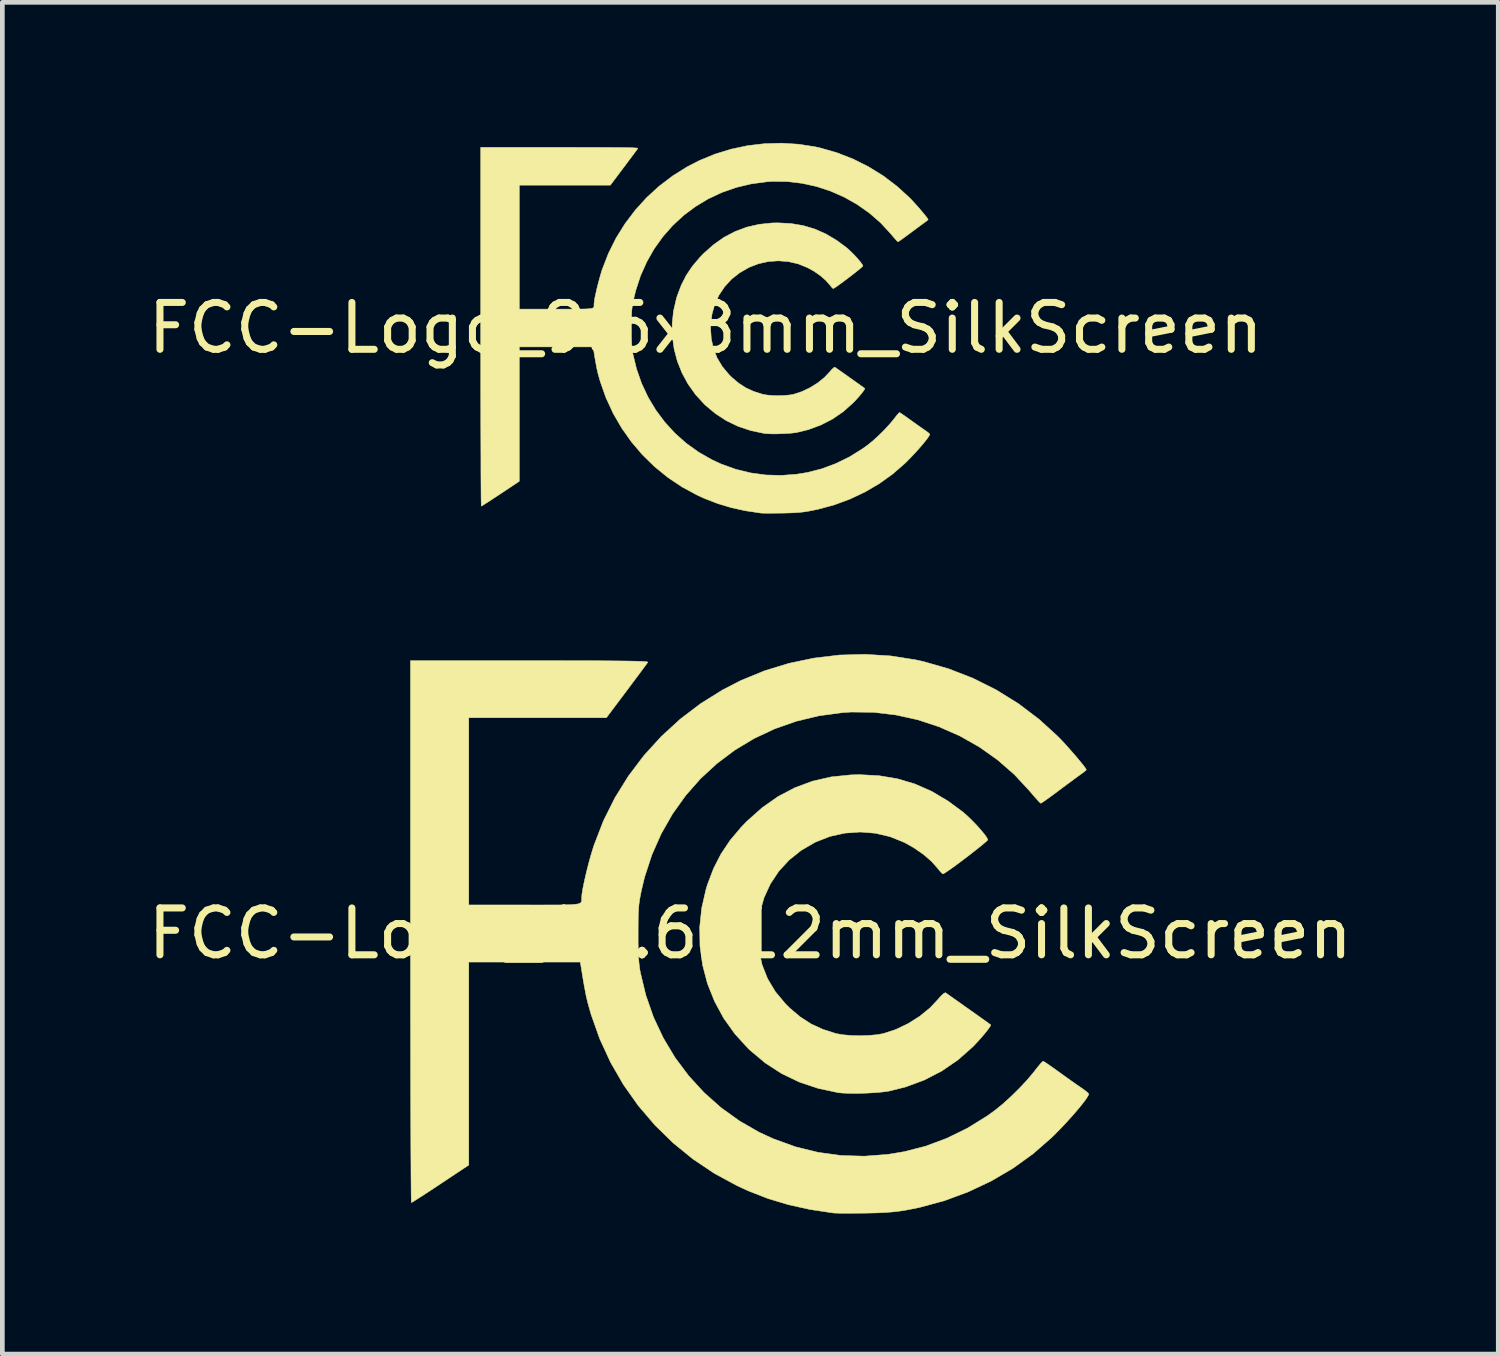
<source format=kicad_pcb>
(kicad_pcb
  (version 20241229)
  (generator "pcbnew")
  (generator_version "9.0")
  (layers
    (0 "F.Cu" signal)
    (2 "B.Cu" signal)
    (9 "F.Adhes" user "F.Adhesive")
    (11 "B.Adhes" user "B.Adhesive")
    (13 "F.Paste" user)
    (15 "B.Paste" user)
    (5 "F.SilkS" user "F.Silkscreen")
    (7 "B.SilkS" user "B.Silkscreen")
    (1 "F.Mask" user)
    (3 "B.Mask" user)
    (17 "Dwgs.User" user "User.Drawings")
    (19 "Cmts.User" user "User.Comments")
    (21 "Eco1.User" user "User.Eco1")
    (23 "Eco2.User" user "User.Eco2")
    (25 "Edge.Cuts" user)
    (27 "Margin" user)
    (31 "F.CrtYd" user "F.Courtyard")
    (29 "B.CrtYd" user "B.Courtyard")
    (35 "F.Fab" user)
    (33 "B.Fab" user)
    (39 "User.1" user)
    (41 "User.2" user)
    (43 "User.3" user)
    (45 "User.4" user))
  (footprint "FCC-Logo_9.6x8mm_SilkScreen"
    (layer "F.Cu")
    (at 12.006 3.948)
    (property "Reference" "FCC-Logo_9.6x8mm_SilkScreen" (at 0 0 0) (layer "F.SilkS") (effects (font (size 1 1) (thickness 0.15))))
    (attr exclude_from_pos_files exclude_from_bom)
    (fp_poly (pts (xy 1.817 -2.229) (xy 2.077 -2.186) (xy 2.324 -2.113) (xy 2.562 -2.008) (xy 2.794 -1.87) (xy 2.999 -1.719) (xy 3.061 -1.665) (xy 3.128 -1.601) (xy 3.194 -1.533) (xy 3.255 -1.465) (xy 3.305 -1.405) (xy 3.34 -1.356) (xy 3.354 -1.326) (xy 3.355 -1.324) (xy 3.341 -1.308) (xy 3.304 -1.275) (xy 3.249 -1.229) (xy 3.18 -1.174) (xy 3.102 -1.114) (xy 3.02 -1.051) (xy 2.939 -0.991) (xy 2.865 -0.936) (xy 2.801 -0.89) (xy 2.752 -0.858) (xy 2.725 -0.842) (xy 2.721 -0.841) (xy 2.703 -0.854) (xy 2.673 -0.888) (xy 2.654 -0.913) (xy 2.564 -1.015) (xy 2.447 -1.117) (xy 2.31 -1.212) (xy 2.179 -1.285) (xy 1.978 -1.367) (xy 1.768 -1.416) (xy 1.553 -1.433) (xy 1.337 -1.418) (xy 1.126 -1.371) (xy 0.922 -1.292) (xy 0.921 -1.291) (xy 0.722 -1.176) (xy 0.549 -1.039) (xy 0.403 -0.879) (xy 0.284 -0.701) (xy 0.194 -0.505) (xy 0.135 -0.295) (xy 0.107 -0.071) (xy 0.105 0.005) (xy 0.12 0.232) (xy 0.167 0.443) (xy 0.245 0.64) (xy 0.355 0.823) (xy 0.498 0.995) (xy 0.557 1.053) (xy 0.705 1.178) (xy 0.858 1.277) (xy 1.026 1.354) (xy 1.211 1.413) (xy 1.304 1.43) (xy 1.42 1.441) (xy 1.547 1.444) (xy 1.675 1.44) (xy 1.793 1.429) (xy 1.881 1.413) (xy 2.056 1.356) (xy 2.229 1.273) (xy 2.393 1.17) (xy 2.538 1.052) (xy 2.647 0.936) (xy 2.696 0.88) (xy 2.734 0.846) (xy 2.757 0.836) (xy 2.758 0.837) (xy 2.776 0.849) (xy 2.817 0.879) (xy 2.877 0.921) (xy 2.95 0.972) (xy 3.03 1.029) (xy 3.114 1.089) (xy 3.196 1.147) (xy 3.27 1.199) (xy 3.331 1.243) (xy 3.375 1.274) (xy 3.396 1.29) (xy 3.396 1.29) (xy 3.391 1.307) (xy 3.367 1.343) (xy 3.327 1.395) (xy 3.277 1.455) (xy 3.22 1.519) (xy 3.162 1.581) (xy 3.142 1.601) (xy 2.934 1.786) (xy 2.705 1.943) (xy 2.457 2.07) (xy 2.194 2.168) (xy 1.958 2.226) (xy 1.873 2.239) (xy 1.765 2.249) (xy 1.645 2.255) (xy 1.522 2.259) (xy 1.405 2.259) (xy 1.306 2.255) (xy 1.244 2.248) (xy 0.959 2.188) (xy 0.693 2.099) (xy 0.444 1.979) (xy 0.212 1.829) (xy -0.005 1.648) (xy -0.029 1.625) (xy -0.217 1.419) (xy -0.376 1.196) (xy -0.505 0.958) (xy -0.605 0.707) (xy -0.673 0.447) (xy -0.71 0.18) (xy -0.715 -0.09) (xy -0.686 -0.361) (xy -0.624 -0.631) (xy -0.605 -0.691) (xy -0.519 -0.917) (xy -0.414 -1.123) (xy -0.286 -1.314) (xy -0.13 -1.499) (xy -0.046 -1.587) (xy 0.168 -1.777) (xy 0.392 -1.935) (xy 0.629 -2.059) (xy 0.878 -2.152) (xy 1.142 -2.212) (xy 1.42 -2.241) (xy 1.542 -2.243) (xy 1.817 -2.229)) (stroke (width 0.01) (type solid)) (fill yes) (layer "F.SilkS"))
    (fp_poly (pts (xy 1.982 -3.921) (xy 2.336 -3.866) (xy 2.444 -3.842) (xy 2.8 -3.74) (xy 3.144 -3.606) (xy 3.474 -3.441) (xy 3.787 -3.247) (xy 4.08 -3.025) (xy 4.344 -2.785) (xy 4.4 -2.727) (xy 4.463 -2.658) (xy 4.529 -2.585) (xy 4.593 -2.511) (xy 4.651 -2.442) (xy 4.699 -2.383) (xy 4.732 -2.339) (xy 4.746 -2.314) (xy 4.747 -2.312) (xy 4.733 -2.298) (xy 4.7 -2.272) (xy 4.672 -2.252) (xy 4.633 -2.224) (xy 4.573 -2.18) (xy 4.497 -2.124) (xy 4.414 -2.062) (xy 4.358 -2.02) (xy 4.278 -1.961) (xy 4.208 -1.91) (xy 4.152 -1.87) (xy 4.116 -1.846) (xy 4.104 -1.839) (xy 4.088 -1.852) (xy 4.055 -1.887) (xy 4.009 -1.939) (xy 3.955 -2.003) (xy 3.944 -2.016) (xy 3.73 -2.247) (xy 3.492 -2.454) (xy 3.233 -2.636) (xy 2.957 -2.792) (xy 2.667 -2.92) (xy 2.366 -3.019) (xy 2.056 -3.087) (xy 1.743 -3.124) (xy 1.427 -3.128) (xy 1.304 -3.12) (xy 0.971 -3.075) (xy 0.65 -2.998) (xy 0.344 -2.891) (xy 0.054 -2.755) (xy -0.218 -2.591) (xy -0.471 -2.402) (xy -0.703 -2.187) (xy -0.912 -1.95) (xy -1.098 -1.691) (xy -1.257 -1.411) (xy -1.39 -1.113) (xy -1.493 -0.797) (xy -1.537 -0.614) (xy -1.553 -0.537) (xy -1.565 -0.47) (xy -1.573 -0.405) (xy -1.579 -0.335) (xy -1.582 -0.252) (xy -1.584 -0.15) (xy -1.585 -0.021) (xy -1.585 -0.009) (xy -1.584 0.136) (xy -1.582 0.253) (xy -1.578 0.349) (xy -1.571 0.43) (xy -1.561 0.504) (xy -1.553 0.552) (xy -1.475 0.874) (xy -1.367 1.182) (xy -1.229 1.476) (xy -1.063 1.753) (xy -0.871 2.01) (xy -0.654 2.247) (xy -0.414 2.46) (xy -0.152 2.648) (xy 0.129 2.809) (xy 0.327 2.901) (xy 0.64 3.014) (xy 0.96 3.092) (xy 1.285 3.136) (xy 1.613 3.145) (xy 1.944 3.12) (xy 2.175 3.082) (xy 2.479 3.004) (xy 2.778 2.892) (xy 3.069 2.75) (xy 3.345 2.578) (xy 3.457 2.498) (xy 3.565 2.41) (xy 3.683 2.303) (xy 3.801 2.187) (xy 3.91 2.07) (xy 4.002 1.962) (xy 4.021 1.937) (xy 4.066 1.879) (xy 4.103 1.835) (xy 4.129 1.808) (xy 4.136 1.804) (xy 4.155 1.814) (xy 4.196 1.841) (xy 4.254 1.881) (xy 4.324 1.931) (xy 4.349 1.949) (xy 4.434 2.01) (xy 4.521 2.072) (xy 4.6 2.128) (xy 4.661 2.17) (xy 4.664 2.172) (xy 4.719 2.211) (xy 4.76 2.243) (xy 4.78 2.264) (xy 4.782 2.267) (xy 4.77 2.296) (xy 4.738 2.345) (xy 4.687 2.412) (xy 4.622 2.491) (xy 4.546 2.579) (xy 4.463 2.671) (xy 4.375 2.764) (xy 4.286 2.854) (xy 4.255 2.885) (xy 3.993 3.113) (xy 3.708 3.318) (xy 3.401 3.498) (xy 3.077 3.651) (xy 2.738 3.776) (xy 2.388 3.87) (xy 2.207 3.906) (xy 2.112 3.922) (xy 2.017 3.933) (xy 1.913 3.941) (xy 1.792 3.946) (xy 1.646 3.95) (xy 1.612 3.95) (xy 1.496 3.951) (xy 1.389 3.952) (xy 1.297 3.952) (xy 1.225 3.951) (xy 1.181 3.949) (xy 1.174 3.948) (xy 0.845 3.899) (xy 0.541 3.832) (xy 0.251 3.744) (xy -0.03 3.635) (xy -0.184 3.564) (xy -0.506 3.39) (xy -0.808 3.188) (xy -1.089 2.959) (xy -1.348 2.706) (xy -1.583 2.43) (xy -1.792 2.134) (xy -1.974 1.82) (xy -2.127 1.489) (xy -2.249 1.143) (xy -2.295 0.981) (xy -2.307 0.929) (xy -2.32 0.874) (xy -2.332 0.812) (xy -2.346 0.735) (xy -2.363 0.639) (xy -2.383 0.516) (xy -2.392 0.46) (xy -2.401 0.403) (xy -3.976 0.403) (xy -3.976 3.27) (xy -4.375 3.536) (xy -4.48 3.605) (xy -4.576 3.668) (xy -4.658 3.722) (xy -4.724 3.763) (xy -4.768 3.791) (xy -4.787 3.801) (xy -4.787 3.801) (xy -4.788 3.784) (xy -4.789 3.733) (xy -4.791 3.651) (xy -4.792 3.538) (xy -4.793 3.396) (xy -4.794 3.228) (xy -4.795 3.034) (xy -4.795 2.816) (xy -4.796 2.575) (xy -4.797 2.314) (xy -4.798 2.034) (xy -4.798 1.736) (xy -4.799 1.422) (xy -4.799 1.093) (xy -4.799 0.752) (xy -4.8 0.4) (xy -4.8 0.038) (xy -4.8 -0.026) (xy -4.8 -3.854) (xy -3.117 -3.854) (xy -2.827 -3.854) (xy -2.571 -3.853) (xy -2.346 -3.853) (xy -2.15 -3.852) (xy -1.983 -3.851) (xy -1.842 -3.85) (xy -1.726 -3.849) (xy -1.633 -3.847) (xy -1.561 -3.845) (xy -1.508 -3.842) (xy -1.472 -3.839) (xy -1.453 -3.836) (xy -1.447 -3.832) (xy -1.448 -3.832) (xy -1.461 -3.813) (xy -1.493 -3.769) (xy -1.54 -3.705) (xy -1.6 -3.625) (xy -1.669 -3.533) (xy -1.745 -3.431) (xy -1.747 -3.429) (xy -2.033 -3.048) (xy -3.976 -3.048) (xy -3.976 -0.403) (xy -3.19 -0.403) (xy -3.001 -0.403) (xy -2.843 -0.403) (xy -2.715 -0.403) (xy -2.613 -0.405) (xy -2.534 -0.407) (xy -2.476 -0.412) (xy -2.434 -0.418) (xy -2.407 -0.426) (xy -2.391 -0.437) (xy -2.384 -0.452) (xy -2.382 -0.469) (xy -2.382 -0.491) (xy -2.382 -0.503) (xy -2.377 -0.56) (xy -2.364 -0.643) (xy -2.342 -0.745) (xy -2.316 -0.861) (xy -2.285 -0.982) (xy -2.252 -1.101) (xy -2.219 -1.213) (xy -2.207 -1.25) (xy -2.075 -1.59) (xy -1.913 -1.916) (xy -1.721 -2.224) (xy -1.503 -2.513) (xy -1.259 -2.782) (xy -0.991 -3.027) (xy -0.701 -3.247) (xy -0.391 -3.441) (xy -0.134 -3.573) (xy 0.199 -3.71) (xy 0.545 -3.816) (xy 0.9 -3.891) (xy 1.26 -3.933) (xy 1.622 -3.943) (xy 1.982 -3.921)) (stroke (width 0.01) (type solid)) (fill yes) (layer "F.SilkS")))
  (footprint "FCC-Logo_14.6x12mm_SilkScreen"
    (layer "F.Cu")
    (at 12.958 16.867)
    (property "Reference" "FCC-Logo_14.6x12mm_SilkScreen" (at 0 0 0) (layer "F.SilkS") (effects (font (size 1 1) (thickness 0.15))))
    (attr exclude_from_pos_files exclude_from_bom)
    (fp_poly (pts (xy 2.745 -3.367) (xy 3.137 -3.302) (xy 3.511 -3.191) (xy 3.87 -3.033) (xy 4.22 -2.825) (xy 4.529 -2.597) (xy 4.624 -2.515) (xy 4.725 -2.418) (xy 4.825 -2.315) (xy 4.916 -2.213) (xy 4.992 -2.122) (xy 5.045 -2.049) (xy 5.067 -2.002) (xy 5.067 -1.999) (xy 5.047 -1.975) (xy 4.991 -1.926) (xy 4.907 -1.857) (xy 4.803 -1.774) (xy 4.685 -1.682) (xy 4.562 -1.588) (xy 4.44 -1.496) (xy 4.327 -1.413) (xy 4.23 -1.345) (xy 4.157 -1.296) (xy 4.116 -1.272) (xy 4.111 -1.271) (xy 4.083 -1.291) (xy 4.038 -1.341) (xy 4.008 -1.379) (xy 3.872 -1.534) (xy 3.695 -1.687) (xy 3.489 -1.83) (xy 3.291 -1.941) (xy 2.988 -2.064) (xy 2.671 -2.139) (xy 2.346 -2.165) (xy 2.02 -2.142) (xy 1.7 -2.071) (xy 1.393 -1.951) (xy 1.39 -1.95) (xy 1.091 -1.777) (xy 0.83 -1.569) (xy 0.608 -1.328) (xy 0.429 -1.058) (xy 0.293 -0.763) (xy 0.203 -0.445) (xy 0.162 -0.107) (xy 0.159 0.008) (xy 0.182 0.351) (xy 0.252 0.669) (xy 0.37 0.966) (xy 0.536 1.243) (xy 0.752 1.502) (xy 0.841 1.59) (xy 1.064 1.779) (xy 1.296 1.929) (xy 1.55 2.046) (xy 1.829 2.135) (xy 1.969 2.16) (xy 2.144 2.176) (xy 2.337 2.181) (xy 2.531 2.175) (xy 2.708 2.159) (xy 2.841 2.135) (xy 3.105 2.048) (xy 3.367 1.923) (xy 3.614 1.767) (xy 3.834 1.588) (xy 3.998 1.414) (xy 4.072 1.33) (xy 4.129 1.278) (xy 4.164 1.263) (xy 4.166 1.264) (xy 4.193 1.283) (xy 4.255 1.327) (xy 4.345 1.391) (xy 4.455 1.468) (xy 4.577 1.555) (xy 4.704 1.644) (xy 4.827 1.732) (xy 4.938 1.811) (xy 5.031 1.877) (xy 5.097 1.925) (xy 5.129 1.948) (xy 5.13 1.949) (xy 5.122 1.974) (xy 5.085 2.029) (xy 5.025 2.107) (xy 4.949 2.198) (xy 4.864 2.294) (xy 4.776 2.388) (xy 4.746 2.419) (xy 4.431 2.697) (xy 4.085 2.934) (xy 3.712 3.127) (xy 3.314 3.274) (xy 2.957 3.363) (xy 2.828 3.381) (xy 2.666 3.396) (xy 2.484 3.406) (xy 2.298 3.412) (xy 2.123 3.411) (xy 1.973 3.405) (xy 1.879 3.396) (xy 1.449 3.305) (xy 1.046 3.17) (xy 0.671 2.99) (xy 0.32 2.763) (xy -0.007 2.489) (xy -0.044 2.454) (xy -0.327 2.144) (xy -0.568 1.807) (xy -0.763 1.446) (xy -0.914 1.068) (xy -1.017 0.675) (xy -1.073 0.272) (xy -1.079 -0.136) (xy -1.036 -0.546) (xy -0.942 -0.953) (xy -0.914 -1.044) (xy -0.784 -1.386) (xy -0.626 -1.695) (xy -0.432 -1.985) (xy -0.197 -2.265) (xy -0.07 -2.396) (xy 0.253 -2.684) (xy 0.592 -2.922) (xy 0.95 -3.11) (xy 1.327 -3.25) (xy 1.724 -3.341) (xy 2.145 -3.384) (xy 2.328 -3.389) (xy 2.745 -3.367)) (stroke (width 0.01) (type solid)) (fill yes) (layer "F.SilkS"))
    (fp_poly (pts (xy 2.993 -5.923) (xy 3.528 -5.839) (xy 3.691 -5.803) (xy 4.229 -5.649) (xy 4.749 -5.447) (xy 5.247 -5.198) (xy 5.719 -4.905) (xy 6.162 -4.57) (xy 6.561 -4.206) (xy 6.646 -4.119) (xy 6.741 -4.015) (xy 6.84 -3.904) (xy 6.937 -3.793) (xy 7.024 -3.689) (xy 7.097 -3.6) (xy 7.147 -3.533) (xy 7.169 -3.496) (xy 7.17 -3.493) (xy 7.149 -3.471) (xy 7.098 -3.431) (xy 7.057 -3.401) (xy 6.998 -3.359) (xy 6.907 -3.292) (xy 6.793 -3.208) (xy 6.666 -3.114) (xy 6.582 -3.051) (xy 6.462 -2.961) (xy 6.356 -2.884) (xy 6.272 -2.825) (xy 6.217 -2.788) (xy 6.199 -2.778) (xy 6.175 -2.797) (xy 6.125 -2.85) (xy 6.055 -2.929) (xy 5.973 -3.025) (xy 5.957 -3.044) (xy 5.633 -3.393) (xy 5.274 -3.706) (xy 4.883 -3.982) (xy 4.467 -4.217) (xy 4.028 -4.41) (xy 3.573 -4.56) (xy 3.106 -4.663) (xy 2.632 -4.719) (xy 2.155 -4.725) (xy 1.97 -4.713) (xy 1.466 -4.645) (xy 0.982 -4.529) (xy 0.52 -4.367) (xy 0.082 -4.161) (xy -0.329 -3.914) (xy -0.711 -3.627) (xy -1.062 -3.304) (xy -1.378 -2.945) (xy -1.658 -2.553) (xy -1.899 -2.131) (xy -2.099 -1.68) (xy -2.255 -1.203) (xy -2.321 -0.928) (xy -2.345 -0.811) (xy -2.363 -0.709) (xy -2.376 -0.611) (xy -2.384 -0.505) (xy -2.39 -0.381) (xy -2.392 -0.227) (xy -2.393 -0.032) (xy -2.393 -0.013) (xy -2.393 0.206) (xy -2.389 0.383) (xy -2.383 0.527) (xy -2.372 0.65) (xy -2.358 0.762) (xy -2.345 0.833) (xy -2.228 1.319) (xy -2.065 1.786) (xy -1.856 2.229) (xy -1.606 2.647) (xy -1.315 3.036) (xy -0.987 3.394) (xy -0.625 3.716) (xy -0.23 4) (xy 0.195 4.244) (xy 0.494 4.381) (xy 0.967 4.552) (xy 1.45 4.67) (xy 1.94 4.737) (xy 2.436 4.751) (xy 2.937 4.713) (xy 3.285 4.655) (xy 3.744 4.537) (xy 4.196 4.368) (xy 4.635 4.153) (xy 5.053 3.894) (xy 5.221 3.773) (xy 5.385 3.64) (xy 5.562 3.479) (xy 5.741 3.303) (xy 5.906 3.127) (xy 6.044 2.964) (xy 6.073 2.925) (xy 6.141 2.839) (xy 6.198 2.771) (xy 6.236 2.732) (xy 6.247 2.725) (xy 6.275 2.74) (xy 6.338 2.781) (xy 6.426 2.842) (xy 6.532 2.917) (xy 6.568 2.943) (xy 6.697 3.036) (xy 6.828 3.13) (xy 6.947 3.214) (xy 7.04 3.278) (xy 7.045 3.281) (xy 7.127 3.339) (xy 7.189 3.388) (xy 7.221 3.42) (xy 7.222 3.424) (xy 7.205 3.468) (xy 7.156 3.543) (xy 7.08 3.643) (xy 6.982 3.762) (xy 6.867 3.895) (xy 6.741 4.034) (xy 6.608 4.175) (xy 6.474 4.31) (xy 6.426 4.357) (xy 6.031 4.702) (xy 5.6 5.012) (xy 5.137 5.283) (xy 4.647 5.514) (xy 4.136 5.703) (xy 3.606 5.846) (xy 3.334 5.9) (xy 3.19 5.923) (xy 3.046 5.94) (xy 2.889 5.952) (xy 2.707 5.961) (xy 2.487 5.966) (xy 2.434 5.967) (xy 2.26 5.968) (xy 2.098 5.969) (xy 1.959 5.969) (xy 1.851 5.967) (xy 1.783 5.964) (xy 1.773 5.963) (xy 1.277 5.889) (xy 0.816 5.787) (xy 0.38 5.656) (xy -0.045 5.49) (xy -0.278 5.383) (xy -0.764 5.12) (xy -1.22 4.815) (xy -1.645 4.469) (xy -2.036 4.087) (xy -2.391 3.671) (xy -2.707 3.224) (xy -2.981 2.749) (xy -3.212 2.248) (xy -3.397 1.726) (xy -3.466 1.482) (xy -3.485 1.403) (xy -3.504 1.321) (xy -3.522 1.226) (xy -3.544 1.111) (xy -3.569 0.965) (xy -3.599 0.779) (xy -3.613 0.695) (xy -3.627 0.609) (xy -6.006 0.609) (xy -6.006 4.94) (xy -6.609 5.341) (xy -6.767 5.446) (xy -6.912 5.541) (xy -7.036 5.621) (xy -7.135 5.684) (xy -7.201 5.726) (xy -7.23 5.741) (xy -7.23 5.741) (xy -7.232 5.715) (xy -7.234 5.639) (xy -7.236 5.514) (xy -7.237 5.344) (xy -7.239 5.13) (xy -7.24 4.875) (xy -7.242 4.582) (xy -7.243 4.253) (xy -7.244 3.889) (xy -7.246 3.495) (xy -7.247 3.072) (xy -7.247 2.622) (xy -7.248 2.147) (xy -7.249 1.652) (xy -7.249 1.136) (xy -7.249 0.604) (xy -7.25 0.057) (xy -7.25 -0.04) (xy -7.25 -5.821) (xy -4.708 -5.821) (xy -4.27 -5.821) (xy -3.883 -5.82) (xy -3.543 -5.82) (xy -3.248 -5.819) (xy -2.996 -5.817) (xy -2.783 -5.815) (xy -2.607 -5.813) (xy -2.466 -5.81) (xy -2.357 -5.807) (xy -2.277 -5.803) (xy -2.224 -5.799) (xy -2.194 -5.794) (xy -2.186 -5.788) (xy -2.186 -5.788) (xy -2.207 -5.759) (xy -2.255 -5.693) (xy -2.326 -5.597) (xy -2.416 -5.476) (xy -2.521 -5.336) (xy -2.635 -5.183) (xy -2.638 -5.179) (xy -3.07 -4.604) (xy -6.006 -4.604) (xy -6.006 -0.609) (xy -4.818 -0.609) (xy -4.532 -0.608) (xy -4.295 -0.609) (xy -4.101 -0.609) (xy -3.947 -0.611) (xy -3.828 -0.615) (xy -3.739 -0.622) (xy -3.677 -0.631) (xy -3.636 -0.644) (xy -3.612 -0.661) (xy -3.601 -0.682) (xy -3.597 -0.709) (xy -3.598 -0.741) (xy -3.598 -0.76) (xy -3.591 -0.845) (xy -3.57 -0.971) (xy -3.538 -1.126) (xy -3.498 -1.3) (xy -3.452 -1.483) (xy -3.402 -1.664) (xy -3.351 -1.832) (xy -3.333 -1.887) (xy -3.134 -2.402) (xy -2.889 -2.893) (xy -2.6 -3.359) (xy -2.27 -3.796) (xy -1.901 -4.201) (xy -1.497 -4.572) (xy -1.059 -4.905) (xy -0.591 -5.197) (xy -0.203 -5.397) (xy 0.301 -5.604) (xy 0.823 -5.764) (xy 1.359 -5.876) (xy 1.903 -5.941) (xy 2.449 -5.956) (xy 2.993 -5.923)) (stroke (width 0.01) (type solid)) (fill yes) (layer "F.SilkS")))
  (gr_rect
    (start -3 -3)
    (end 28.917 25.841)
    (stroke (width 0.1) (type default))
    (fill no)
    (layer "Edge.Cuts")))
</source>
